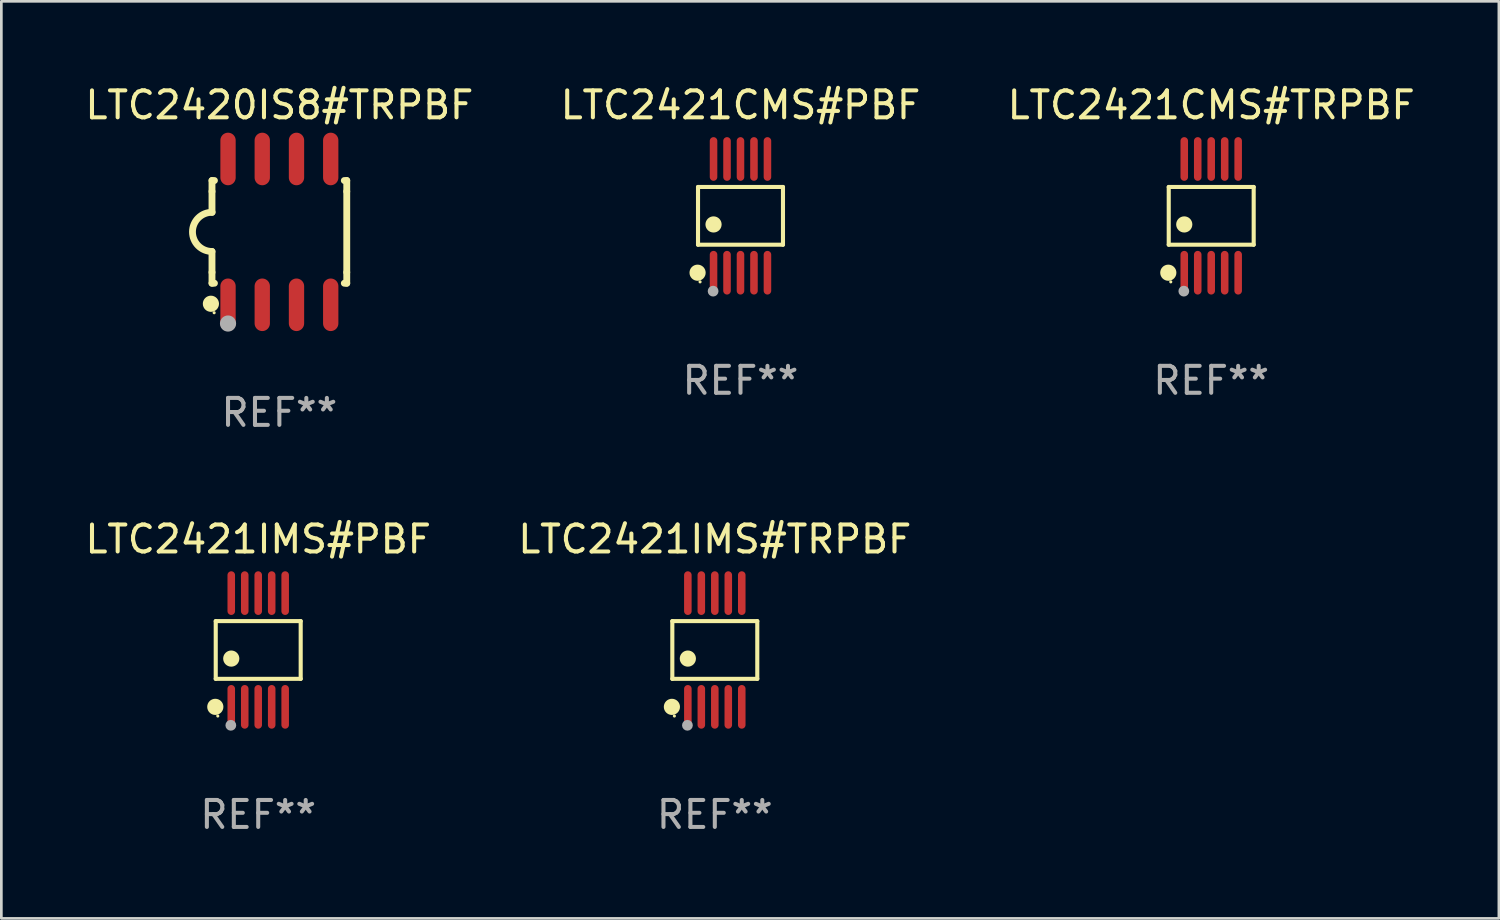
<source format=kicad_pcb>
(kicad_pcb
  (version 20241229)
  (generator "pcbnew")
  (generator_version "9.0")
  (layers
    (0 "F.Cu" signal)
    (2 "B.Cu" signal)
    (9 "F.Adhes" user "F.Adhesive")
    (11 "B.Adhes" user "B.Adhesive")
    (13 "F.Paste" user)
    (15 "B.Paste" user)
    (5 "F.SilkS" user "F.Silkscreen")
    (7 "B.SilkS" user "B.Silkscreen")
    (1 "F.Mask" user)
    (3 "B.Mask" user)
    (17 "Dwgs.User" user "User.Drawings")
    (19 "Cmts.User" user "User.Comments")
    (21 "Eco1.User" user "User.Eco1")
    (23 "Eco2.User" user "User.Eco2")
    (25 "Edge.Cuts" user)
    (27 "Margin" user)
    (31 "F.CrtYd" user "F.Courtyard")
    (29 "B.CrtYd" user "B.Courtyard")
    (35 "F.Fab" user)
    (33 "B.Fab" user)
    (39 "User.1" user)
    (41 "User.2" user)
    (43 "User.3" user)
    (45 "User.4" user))
  (footprint "LTC2421IMS#PBF"
    (layer "F.Cu")
    (at 6.53 21.065)
    (property "Reference" "LTC2421IMS#PBF" (at 0 -4.11 0) (layer "F.SilkS") (effects (font (size 1 1) (thickness 0.15))))
    (attr through_hole)
    (fp_line (start -1.576 -1.071) (end 1.576 -1.071) (stroke (width 0.152) (type solid)) (layer "F.SilkS"))
    (fp_line (start -1.576 1.071) (end -1.576 -1.071) (stroke (width 0.152) (type solid)) (layer "F.SilkS"))
    (fp_line (start 1.576 -1.071) (end 1.576 1.071) (stroke (width 0.152) (type solid)) (layer "F.SilkS"))
    (fp_line (start 1.576 1.071) (end -1.576 1.071) (stroke (width 0.152) (type solid)) (layer "F.SilkS"))
    (fp_circle (center -1.592 2.11) (end -1.442 2.11) (stroke (width 0.3) (type solid)) (fill no) (layer "F.SilkS"))
    (fp_circle (center -1.5 2.45) (end -1.47 2.45) (stroke (width 0.06) (type solid)) (fill no) (layer "F.SilkS"))
    (fp_circle (center -1 0.319) (end -0.85 0.319) (stroke (width 0.3) (type solid)) (fill no) (layer "F.SilkS"))
    (fp_circle (center -1.016 2.794) (end -0.916 2.794) (stroke (width 0.2) (type solid)) (fill no) (layer "F.Fab"))
    (fp_text user "REF**" (at 0 6.11 0) (layer "F.Fab") (effects (font (size 1 1) (thickness 0.15))))
    (pad "1" smd oval (at -1 2.11) (size 0.28 1.62) (layers "F.Cu" "F.Mask" "F.Paste"))
    (pad "2" smd oval (at -0.5 2.11) (size 0.28 1.62) (layers "F.Cu" "F.Mask" "F.Paste"))
    (pad "3" smd oval (at 0 2.11) (size 0.28 1.62) (layers "F.Cu" "F.Mask" "F.Paste"))
    (pad "4" smd oval (at 0.5 2.11) (size 0.28 1.62) (layers "F.Cu" "F.Mask" "F.Paste"))
    (pad "5" smd oval (at 1 2.11) (size 0.28 1.62) (layers "F.Cu" "F.Mask" "F.Paste"))
    (pad "6" smd oval (at 1 -2.11) (size 0.28 1.62) (layers "F.Cu" "F.Mask" "F.Paste"))
    (pad "7" smd oval (at 0.5 -2.11) (size 0.28 1.62) (layers "F.Cu" "F.Mask" "F.Paste"))
    (pad "8" smd oval (at 0 -2.11) (size 0.28 1.62) (layers "F.Cu" "F.Mask" "F.Paste"))
    (pad "9" smd oval (at -0.5 -2.11) (size 0.28 1.62) (layers "F.Cu" "F.Mask" "F.Paste"))
    (pad "10" smd oval (at -1 -2.11) (size 0.28 1.62) (layers "F.Cu" "F.Mask" "F.Paste")))
  (footprint "LTC2421CMS#TRPBF"
    (layer "F.Cu")
    (at 41.887 4.958)
    (property "Reference" "LTC2421CMS#TRPBF" (at 0 -4.11 0) (layer "F.SilkS") (effects (font (size 1 1) (thickness 0.15))))
    (attr through_hole)
    (fp_line (start -1.576 -1.071) (end 1.576 -1.071) (stroke (width 0.152) (type solid)) (layer "F.SilkS"))
    (fp_line (start -1.576 1.071) (end -1.576 -1.071) (stroke (width 0.152) (type solid)) (layer "F.SilkS"))
    (fp_line (start 1.576 -1.071) (end 1.576 1.071) (stroke (width 0.152) (type solid)) (layer "F.SilkS"))
    (fp_line (start 1.576 1.071) (end -1.576 1.071) (stroke (width 0.152) (type solid)) (layer "F.SilkS"))
    (fp_circle (center -1.592 2.11) (end -1.442 2.11) (stroke (width 0.3) (type solid)) (fill no) (layer "F.SilkS"))
    (fp_circle (center -1.5 2.45) (end -1.47 2.45) (stroke (width 0.06) (type solid)) (fill no) (layer "F.SilkS"))
    (fp_circle (center -1 0.319) (end -0.85 0.319) (stroke (width 0.3) (type solid)) (fill no) (layer "F.SilkS"))
    (fp_circle (center -1.016 2.794) (end -0.916 2.794) (stroke (width 0.2) (type solid)) (fill no) (layer "F.Fab"))
    (fp_text user "REF**" (at 0 6.11 0) (layer "F.Fab") (effects (font (size 1 1) (thickness 0.15))))
    (pad "1" smd oval (at -1 2.11) (size 0.28 1.62) (layers "F.Cu" "F.Mask" "F.Paste"))
    (pad "2" smd oval (at -0.5 2.11) (size 0.28 1.62) (layers "F.Cu" "F.Mask" "F.Paste"))
    (pad "3" smd oval (at 0 2.11) (size 0.28 1.62) (layers "F.Cu" "F.Mask" "F.Paste"))
    (pad "4" smd oval (at 0.5 2.11) (size 0.28 1.62) (layers "F.Cu" "F.Mask" "F.Paste"))
    (pad "5" smd oval (at 1 2.11) (size 0.28 1.62) (layers "F.Cu" "F.Mask" "F.Paste"))
    (pad "6" smd oval (at 1 -2.11) (size 0.28 1.62) (layers "F.Cu" "F.Mask" "F.Paste"))
    (pad "7" smd oval (at 0.5 -2.11) (size 0.28 1.62) (layers "F.Cu" "F.Mask" "F.Paste"))
    (pad "8" smd oval (at 0 -2.11) (size 0.28 1.62) (layers "F.Cu" "F.Mask" "F.Paste"))
    (pad "9" smd oval (at -0.5 -2.11) (size 0.28 1.62) (layers "F.Cu" "F.Mask" "F.Paste"))
    (pad "10" smd oval (at -1 -2.11) (size 0.28 1.62) (layers "F.Cu" "F.Mask" "F.Paste")))
  (footprint "LTC2420IS8#TRPBF"
    (layer "F.Cu")
    (at 7.315 5.553)
    (property "Reference" "LTC2420IS8#TRPBF" (at 0 -4.705 0) (layer "F.SilkS") (effects (font (size 1 1) (thickness 0.15))))
    (attr through_hole)
    (fp_line (start -2.5 -1.905) (end -2.409 -1.905) (stroke (width 0.254) (type solid)) (layer "F.SilkS"))
    (fp_line (start -2.5 -1.5) (end -2.5 -1.905) (stroke (width 0.254) (type solid)) (layer "F.SilkS"))
    (fp_line (start -2.5 -1.5) (end -2.5 -0.726) (stroke (width 0.254) (type solid)) (layer "F.SilkS"))
    (fp_line (start -2.5 1.5) (end -2.5 0.727) (stroke (width 0.254) (type solid)) (layer "F.SilkS"))
    (fp_line (start -2.5 1.5) (end -2.5 1.905) (stroke (width 0.254) (type solid)) (layer "F.SilkS"))
    (fp_line (start -2.5 1.905) (end -2.409 1.905) (stroke (width 0.254) (type solid)) (layer "F.SilkS"))
    (fp_line (start 2.5 -1.905) (end 2.409 -1.905) (stroke (width 0.254) (type solid)) (layer "F.SilkS"))
    (fp_line (start 2.5 -1.5) (end 2.5 -1.905) (stroke (width 0.254) (type solid)) (layer "F.SilkS"))
    (fp_line (start 2.5 -1.5) (end 2.5 1.5) (stroke (width 0.254) (type solid)) (layer "F.SilkS"))
    (fp_line (start 2.5 1.5) (end 2.5 1.905) (stroke (width 0.254) (type solid)) (layer "F.SilkS"))
    (fp_line (start 2.5 1.905) (end 2.409 1.905) (stroke (width 0.254) (type solid)) (layer "F.SilkS"))
    (fp_arc (start -2.5 0.726568) (mid -3.220316 -0.0023) (end -2.495097 -0.726289) (stroke (width 0.254001) (type solid)) (layer "F.SilkS"))
    (fp_circle (center -2.54 2.667) (end -2.39 2.667) (stroke (width 0.3) (type solid)) (fill no) (layer "F.SilkS"))
    (fp_circle (center -2.42 3) (end -2.39 3) (stroke (width 0.06) (type solid)) (fill no) (layer "F.SilkS"))
    (fp_circle (center -1.905 3.4) (end -1.755 3.4) (stroke (width 0.3) (type solid)) (fill no) (layer "F.Fab"))
    (fp_text user "REF**" (at 0 6.705 0) (layer "F.Fab") (effects (font (size 1 1) (thickness 0.15))))
    (pad "1" smd oval (at -1.905 2.705) (size 0.568 1.95) (layers "F.Cu" "F.Mask" "F.Paste"))
    (pad "2" smd oval (at -0.635 2.705) (size 0.568 1.95) (layers "F.Cu" "F.Mask" "F.Paste"))
    (pad "3" smd oval (at 0.635 2.705) (size 0.568 1.95) (layers "F.Cu" "F.Mask" "F.Paste"))
    (pad "4" smd oval (at 1.905 2.705) (size 0.568 1.95) (layers "F.Cu" "F.Mask" "F.Paste"))
    (pad "5" smd oval (at 1.905 -2.705) (size 0.568 1.95) (layers "F.Cu" "F.Mask" "F.Paste"))
    (pad "6" smd oval (at 0.635 -2.705) (size 0.568 1.95) (layers "F.Cu" "F.Mask" "F.Paste"))
    (pad "7" smd oval (at -0.635 -2.705) (size 0.568 1.95) (layers "F.Cu" "F.Mask" "F.Paste"))
    (pad "8" smd oval (at -1.905 -2.705) (size 0.568 1.95) (layers "F.Cu" "F.Mask" "F.Paste")))
  (footprint "LTC2421IMS#TRPBF"
    (layer "F.Cu")
    (at 23.47 21.065)
    (property "Reference" "LTC2421IMS#TRPBF" (at 0 -4.11 0) (layer "F.SilkS") (effects (font (size 1 1) (thickness 0.15))))
    (attr through_hole)
    (fp_line (start -1.576 -1.071) (end 1.576 -1.071) (stroke (width 0.152) (type solid)) (layer "F.SilkS"))
    (fp_line (start -1.576 1.071) (end -1.576 -1.071) (stroke (width 0.152) (type solid)) (layer "F.SilkS"))
    (fp_line (start 1.576 -1.071) (end 1.576 1.071) (stroke (width 0.152) (type solid)) (layer "F.SilkS"))
    (fp_line (start 1.576 1.071) (end -1.576 1.071) (stroke (width 0.152) (type solid)) (layer "F.SilkS"))
    (fp_circle (center -1.592 2.11) (end -1.442 2.11) (stroke (width 0.3) (type solid)) (fill no) (layer "F.SilkS"))
    (fp_circle (center -1.5 2.45) (end -1.47 2.45) (stroke (width 0.06) (type solid)) (fill no) (layer "F.SilkS"))
    (fp_circle (center -1 0.319) (end -0.85 0.319) (stroke (width 0.3) (type solid)) (fill no) (layer "F.SilkS"))
    (fp_circle (center -1.016 2.794) (end -0.916 2.794) (stroke (width 0.2) (type solid)) (fill no) (layer "F.Fab"))
    (fp_text user "REF**" (at 0 6.11 0) (layer "F.Fab") (effects (font (size 1 1) (thickness 0.15))))
    (pad "1" smd oval (at -1 2.11) (size 0.28 1.62) (layers "F.Cu" "F.Mask" "F.Paste"))
    (pad "2" smd oval (at -0.5 2.11) (size 0.28 1.62) (layers "F.Cu" "F.Mask" "F.Paste"))
    (pad "3" smd oval (at 0 2.11) (size 0.28 1.62) (layers "F.Cu" "F.Mask" "F.Paste"))
    (pad "4" smd oval (at 0.5 2.11) (size 0.28 1.62) (layers "F.Cu" "F.Mask" "F.Paste"))
    (pad "5" smd oval (at 1 2.11) (size 0.28 1.62) (layers "F.Cu" "F.Mask" "F.Paste"))
    (pad "6" smd oval (at 1 -2.11) (size 0.28 1.62) (layers "F.Cu" "F.Mask" "F.Paste"))
    (pad "7" smd oval (at 0.5 -2.11) (size 0.28 1.62) (layers "F.Cu" "F.Mask" "F.Paste"))
    (pad "8" smd oval (at 0 -2.11) (size 0.28 1.62) (layers "F.Cu" "F.Mask" "F.Paste"))
    (pad "9" smd oval (at -0.5 -2.11) (size 0.28 1.62) (layers "F.Cu" "F.Mask" "F.Paste"))
    (pad "10" smd oval (at -1 -2.11) (size 0.28 1.62) (layers "F.Cu" "F.Mask" "F.Paste")))
  (footprint "LTC2421CMS#PBF"
    (layer "F.Cu")
    (at 24.423 4.958)
    (property "Reference" "LTC2421CMS#PBF" (at 0 -4.11 0) (layer "F.SilkS") (effects (font (size 1 1) (thickness 0.15))))
    (attr through_hole)
    (fp_line (start -1.576 -1.071) (end 1.576 -1.071) (stroke (width 0.152) (type solid)) (layer "F.SilkS"))
    (fp_line (start -1.576 1.071) (end -1.576 -1.071) (stroke (width 0.152) (type solid)) (layer "F.SilkS"))
    (fp_line (start 1.576 -1.071) (end 1.576 1.071) (stroke (width 0.152) (type solid)) (layer "F.SilkS"))
    (fp_line (start 1.576 1.071) (end -1.576 1.071) (stroke (width 0.152) (type solid)) (layer "F.SilkS"))
    (fp_circle (center -1.592 2.11) (end -1.442 2.11) (stroke (width 0.3) (type solid)) (fill no) (layer "F.SilkS"))
    (fp_circle (center -1.5 2.45) (end -1.47 2.45) (stroke (width 0.06) (type solid)) (fill no) (layer "F.SilkS"))
    (fp_circle (center -1 0.319) (end -0.85 0.319) (stroke (width 0.3) (type solid)) (fill no) (layer "F.SilkS"))
    (fp_circle (center -1.016 2.794) (end -0.916 2.794) (stroke (width 0.2) (type solid)) (fill no) (layer "F.Fab"))
    (fp_text user "REF**" (at 0 6.11 0) (layer "F.Fab") (effects (font (size 1 1) (thickness 0.15))))
    (pad "1" smd oval (at -1 2.11) (size 0.28 1.62) (layers "F.Cu" "F.Mask" "F.Paste"))
    (pad "2" smd oval (at -0.5 2.11) (size 0.28 1.62) (layers "F.Cu" "F.Mask" "F.Paste"))
    (pad "3" smd oval (at 0 2.11) (size 0.28 1.62) (layers "F.Cu" "F.Mask" "F.Paste"))
    (pad "4" smd oval (at 0.5 2.11) (size 0.28 1.62) (layers "F.Cu" "F.Mask" "F.Paste"))
    (pad "5" smd oval (at 1 2.11) (size 0.28 1.62) (layers "F.Cu" "F.Mask" "F.Paste"))
    (pad "6" smd oval (at 1 -2.11) (size 0.28 1.62) (layers "F.Cu" "F.Mask" "F.Paste"))
    (pad "7" smd oval (at 0.5 -2.11) (size 0.28 1.62) (layers "F.Cu" "F.Mask" "F.Paste"))
    (pad "8" smd oval (at 0 -2.11) (size 0.28 1.62) (layers "F.Cu" "F.Mask" "F.Paste"))
    (pad "9" smd oval (at -0.5 -2.11) (size 0.28 1.62) (layers "F.Cu" "F.Mask" "F.Paste"))
    (pad "10" smd oval (at -1 -2.11) (size 0.28 1.62) (layers "F.Cu" "F.Mask" "F.Paste")))
  (gr_rect
    (start -3 -3)
    (end 52.56 31.023)
    (stroke (width 0.1) (type default))
    (fill no)
    (layer "Edge.Cuts")))
</source>
